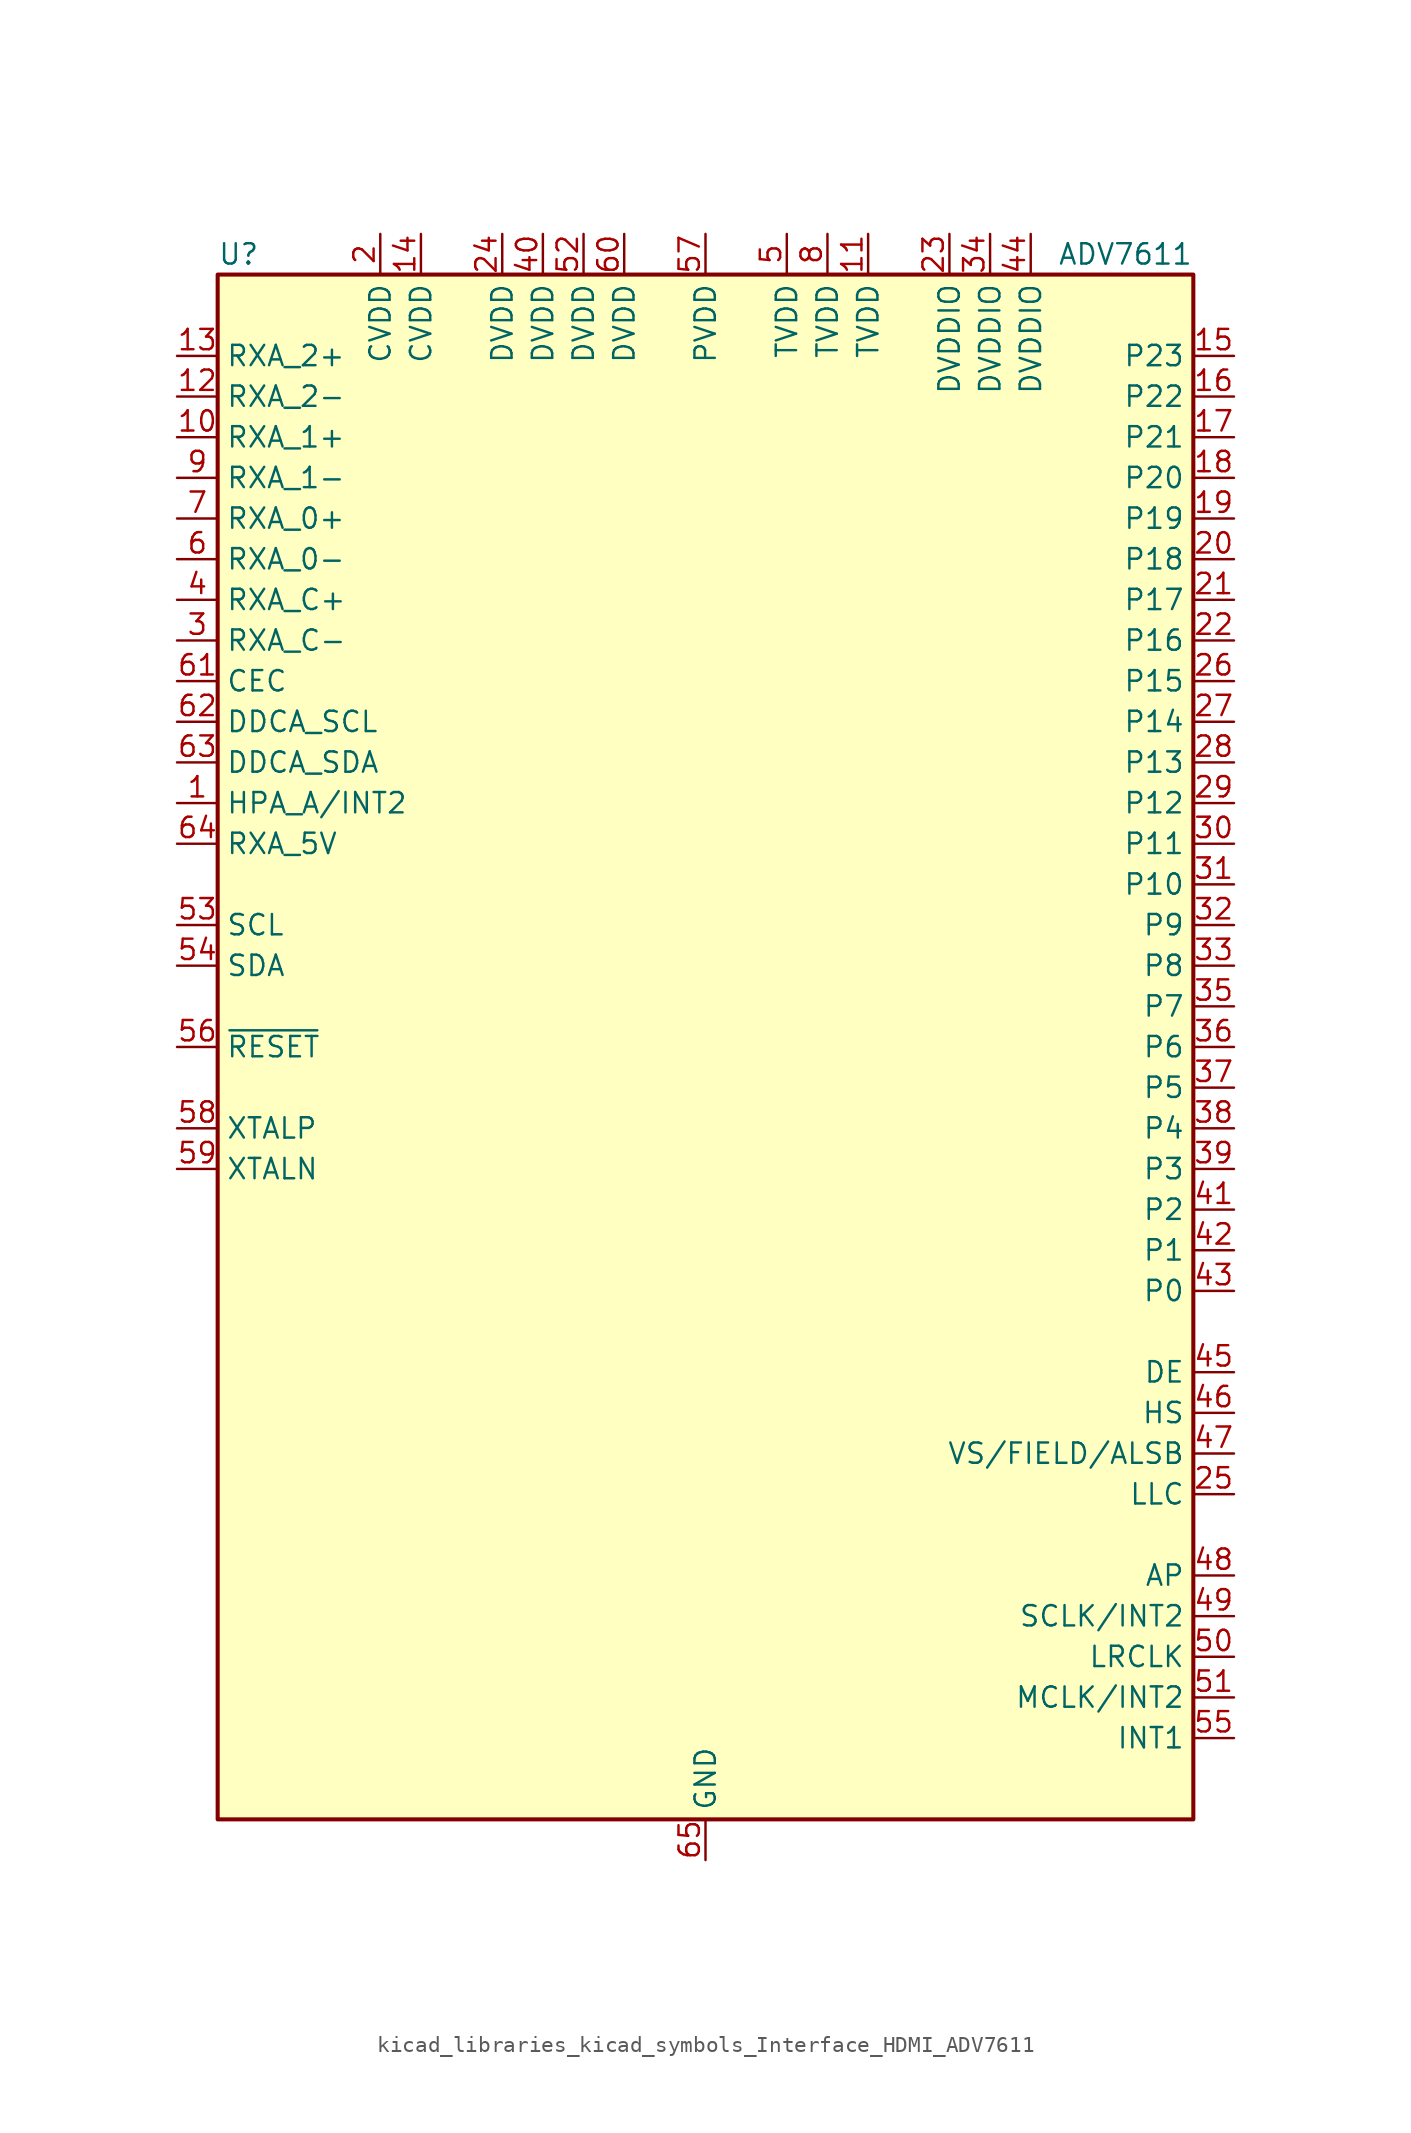
<source format=kicad_sym>
(kicad_symbol_lib
  (version 20220914)
  (generator kicad_symbol_editor)
  (symbol "kicad_libraries_kicad_symbols_Interface_HDMI_ADV7611"
    (property "Reference" "U"
      (at -30.48 49.53 0)
      (effects (font (size 1.27 1.27)) (justify left)))
    (property "Value" "ADV7611"
      (at 30.48 49.53 0)
      (effects (font (size 1.27 1.27)) (justify right)))
    (symbol "kicad_libraries_kicad_symbols_Interface_HDMI_ADV7611_0_1"
      (rectangle (start -30.48 48.26) (end 30.48 -48.26) (stroke (width 0.254) (type default)) (fill (type background))))
    (symbol "kicad_libraries_kicad_symbols_Interface_HDMI_ADV7611_1_1"
      (pin bidirectional line (at -33.02 15.24 0) (length 2.54) (name "HPA_A/INT2" (effects (font (size 1.27 1.27)))) (number "1" (effects (font (size 1.27 1.27)))))
      (pin input line (at -33.02 38.1 0) (length 2.54) (name "RXA_1+" (effects (font (size 1.27 1.27)))) (number "10" (effects (font (size 1.27 1.27)))))
      (pin power_in line (at 10.16 50.8 270) (length 2.54) (name "TVDD" (effects (font (size 1.27 1.27)))) (number "11" (effects (font (size 1.27 1.27)))))
      (pin input line (at -33.02 40.64 0) (length 2.54) (name "RXA_2-" (effects (font (size 1.27 1.27)))) (number "12" (effects (font (size 1.27 1.27)))))
      (pin input line (at -33.02 43.18 0) (length 2.54) (name "RXA_2+" (effects (font (size 1.27 1.27)))) (number "13" (effects (font (size 1.27 1.27)))))
      (pin power_in line (at -17.78 50.8 270) (length 2.54) (name "CVDD" (effects (font (size 1.27 1.27)))) (number "14" (effects (font (size 1.27 1.27)))))
      (pin output line (at 33.02 43.18 180) (length 2.54) (name "P23" (effects (font (size 1.27 1.27)))) (number "15" (effects (font (size 1.27 1.27)))))
      (pin output line (at 33.02 40.64 180) (length 2.54) (name "P22" (effects (font (size 1.27 1.27)))) (number "16" (effects (font (size 1.27 1.27)))))
      (pin output line (at 33.02 38.1 180) (length 2.54) (name "P21" (effects (font (size 1.27 1.27)))) (number "17" (effects (font (size 1.27 1.27)))))
      (pin output line (at 33.02 35.56 180) (length 2.54) (name "P20" (effects (font (size 1.27 1.27)))) (number "18" (effects (font (size 1.27 1.27)))))
      (pin output line (at 33.02 33.02 180) (length 2.54) (name "P19" (effects (font (size 1.27 1.27)))) (number "19" (effects (font (size 1.27 1.27)))))
      (pin power_in line (at -20.32 50.8 270) (length 2.54) (name "CVDD" (effects (font (size 1.27 1.27)))) (number "2" (effects (font (size 1.27 1.27)))))
      (pin output line (at 33.02 30.48 180) (length 2.54) (name "P18" (effects (font (size 1.27 1.27)))) (number "20" (effects (font (size 1.27 1.27)))))
      (pin output line (at 33.02 27.94 180) (length 2.54) (name "P17" (effects (font (size 1.27 1.27)))) (number "21" (effects (font (size 1.27 1.27)))))
      (pin output line (at 33.02 25.4 180) (length 2.54) (name "P16" (effects (font (size 1.27 1.27)))) (number "22" (effects (font (size 1.27 1.27)))))
      (pin power_in line (at 15.24 50.8 270) (length 2.54) (name "DVDDIO" (effects (font (size 1.27 1.27)))) (number "23" (effects (font (size 1.27 1.27)))))
      (pin power_in line (at -12.7 50.8 270) (length 2.54) (name "DVDD" (effects (font (size 1.27 1.27)))) (number "24" (effects (font (size 1.27 1.27)))))
      (pin output line (at 33.02 -27.94 180) (length 2.54) (name "LLC" (effects (font (size 1.27 1.27)))) (number "25" (effects (font (size 1.27 1.27)))))
      (pin output line (at 33.02 22.86 180) (length 2.54) (name "P15" (effects (font (size 1.27 1.27)))) (number "26" (effects (font (size 1.27 1.27)))))
      (pin output line (at 33.02 20.32 180) (length 2.54) (name "P14" (effects (font (size 1.27 1.27)))) (number "27" (effects (font (size 1.27 1.27)))))
      (pin output line (at 33.02 17.78 180) (length 2.54) (name "P13" (effects (font (size 1.27 1.27)))) (number "28" (effects (font (size 1.27 1.27)))))
      (pin output line (at 33.02 15.24 180) (length 2.54) (name "P12" (effects (font (size 1.27 1.27)))) (number "29" (effects (font (size 1.27 1.27)))))
      (pin input line (at -33.02 25.4 0) (length 2.54) (name "RXA_C-" (effects (font (size 1.27 1.27)))) (number "3" (effects (font (size 1.27 1.27)))))
      (pin output line (at 33.02 12.7 180) (length 2.54) (name "P11" (effects (font (size 1.27 1.27)))) (number "30" (effects (font (size 1.27 1.27)))))
      (pin output line (at 33.02 10.16 180) (length 2.54) (name "P10" (effects (font (size 1.27 1.27)))) (number "31" (effects (font (size 1.27 1.27)))))
      (pin output line (at 33.02 7.62 180) (length 2.54) (name "P9" (effects (font (size 1.27 1.27)))) (number "32" (effects (font (size 1.27 1.27)))))
      (pin output line (at 33.02 5.08 180) (length 2.54) (name "P8" (effects (font (size 1.27 1.27)))) (number "33" (effects (font (size 1.27 1.27)))))
      (pin power_in line (at 17.78 50.8 270) (length 2.54) (name "DVDDIO" (effects (font (size 1.27 1.27)))) (number "34" (effects (font (size 1.27 1.27)))))
      (pin output line (at 33.02 2.54 180) (length 2.54) (name "P7" (effects (font (size 1.27 1.27)))) (number "35" (effects (font (size 1.27 1.27)))))
      (pin output line (at 33.02 0 180) (length 2.54) (name "P6" (effects (font (size 1.27 1.27)))) (number "36" (effects (font (size 1.27 1.27)))))
      (pin output line (at 33.02 -2.54 180) (length 2.54) (name "P5" (effects (font (size 1.27 1.27)))) (number "37" (effects (font (size 1.27 1.27)))))
      (pin output line (at 33.02 -5.08 180) (length 2.54) (name "P4" (effects (font (size 1.27 1.27)))) (number "38" (effects (font (size 1.27 1.27)))))
      (pin output line (at 33.02 -7.62 180) (length 2.54) (name "P3" (effects (font (size 1.27 1.27)))) (number "39" (effects (font (size 1.27 1.27)))))
      (pin input line (at -33.02 27.94 0) (length 2.54) (name "RXA_C+" (effects (font (size 1.27 1.27)))) (number "4" (effects (font (size 1.27 1.27)))))
      (pin power_in line (at -10.16 50.8 270) (length 2.54) (name "DVDD" (effects (font (size 1.27 1.27)))) (number "40" (effects (font (size 1.27 1.27)))))
      (pin output line (at 33.02 -10.16 180) (length 2.54) (name "P2" (effects (font (size 1.27 1.27)))) (number "41" (effects (font (size 1.27 1.27)))))
      (pin output line (at 33.02 -12.7 180) (length 2.54) (name "P1" (effects (font (size 1.27 1.27)))) (number "42" (effects (font (size 1.27 1.27)))))
      (pin output line (at 33.02 -15.24 180) (length 2.54) (name "P0" (effects (font (size 1.27 1.27)))) (number "43" (effects (font (size 1.27 1.27)))))
      (pin power_in line (at 20.32 50.8 270) (length 2.54) (name "DVDDIO" (effects (font (size 1.27 1.27)))) (number "44" (effects (font (size 1.27 1.27)))))
      (pin output line (at 33.02 -20.32 180) (length 2.54) (name "DE" (effects (font (size 1.27 1.27)))) (number "45" (effects (font (size 1.27 1.27)))))
      (pin output line (at 33.02 -22.86 180) (length 2.54) (name "HS" (effects (font (size 1.27 1.27)))) (number "46" (effects (font (size 1.27 1.27)))))
      (pin bidirectional line (at 33.02 -25.4 180) (length 2.54) (name "VS/FIELD/ALSB" (effects (font (size 1.27 1.27)))) (number "47" (effects (font (size 1.27 1.27)))))
      (pin output line (at 33.02 -33.02 180) (length 2.54) (name "AP" (effects (font (size 1.27 1.27)))) (number "48" (effects (font (size 1.27 1.27)))))
      (pin output line (at 33.02 -35.56 180) (length 2.54) (name "SCLK/INT2" (effects (font (size 1.27 1.27)))) (number "49" (effects (font (size 1.27 1.27)))))
      (pin power_in line (at 5.08 50.8 270) (length 2.54) (name "TVDD" (effects (font (size 1.27 1.27)))) (number "5" (effects (font (size 1.27 1.27)))))
      (pin output line (at 33.02 -38.1 180) (length 2.54) (name "LRCLK" (effects (font (size 1.27 1.27)))) (number "50" (effects (font (size 1.27 1.27)))))
      (pin output line (at 33.02 -40.64 180) (length 2.54) (name "MCLK/INT2" (effects (font (size 1.27 1.27)))) (number "51" (effects (font (size 1.27 1.27)))))
      (pin power_in line (at -7.62 50.8 270) (length 2.54) (name "DVDD" (effects (font (size 1.27 1.27)))) (number "52" (effects (font (size 1.27 1.27)))))
      (pin input line (at -33.02 7.62 0) (length 2.54) (name "SCL" (effects (font (size 1.27 1.27)))) (number "53" (effects (font (size 1.27 1.27)))))
      (pin bidirectional line (at -33.02 5.08 0) (length 2.54) (name "SDA" (effects (font (size 1.27 1.27)))) (number "54" (effects (font (size 1.27 1.27)))))
      (pin output line (at 33.02 -43.18 180) (length 2.54) (name "INT1" (effects (font (size 1.27 1.27)))) (number "55" (effects (font (size 1.27 1.27)))))
      (pin input line (at -33.02 0 0) (length 2.54) (name "~{RESET}" (effects (font (size 1.27 1.27)))) (number "56" (effects (font (size 1.27 1.27)))))
      (pin power_in line (at 0 50.8 270) (length 2.54) (name "PVDD" (effects (font (size 1.27 1.27)))) (number "57" (effects (font (size 1.27 1.27)))))
      (pin input line (at -33.02 -5.08 0) (length 2.54) (name "XTALP" (effects (font (size 1.27 1.27)))) (number "58" (effects (font (size 1.27 1.27)))))
      (pin input line (at -33.02 -7.62 0) (length 2.54) (name "XTALN" (effects (font (size 1.27 1.27)))) (number "59" (effects (font (size 1.27 1.27)))))
      (pin input line (at -33.02 30.48 0) (length 2.54) (name "RXA_0-" (effects (font (size 1.27 1.27)))) (number "6" (effects (font (size 1.27 1.27)))))
      (pin power_in line (at -5.08 50.8 270) (length 2.54) (name "DVDD" (effects (font (size 1.27 1.27)))) (number "60" (effects (font (size 1.27 1.27)))))
      (pin bidirectional line (at -33.02 22.86 0) (length 2.54) (name "CEC" (effects (font (size 1.27 1.27)))) (number "61" (effects (font (size 1.27 1.27)))))
      (pin input line (at -33.02 20.32 0) (length 2.54) (name "DDCA_SCL" (effects (font (size 1.27 1.27)))) (number "62" (effects (font (size 1.27 1.27)))))
      (pin bidirectional line (at -33.02 17.78 0) (length 2.54) (name "DDCA_SDA" (effects (font (size 1.27 1.27)))) (number "63" (effects (font (size 1.27 1.27)))))
      (pin input line (at -33.02 12.7 0) (length 2.54) (name "RXA_5V" (effects (font (size 1.27 1.27)))) (number "64" (effects (font (size 1.27 1.27)))))
      (pin power_in line (at 0 -50.8 90) (length 2.54) (name "GND" (effects (font (size 1.27 1.27)))) (number "65" (effects (font (size 1.27 1.27)))))
      (pin input line (at -33.02 33.02 0) (length 2.54) (name "RXA_0+" (effects (font (size 1.27 1.27)))) (number "7" (effects (font (size 1.27 1.27)))))
      (pin power_in line (at 7.62 50.8 270) (length 2.54) (name "TVDD" (effects (font (size 1.27 1.27)))) (number "8" (effects (font (size 1.27 1.27)))))
      (pin input line (at -33.02 35.56 0) (length 2.54) (name "RXA_1-" (effects (font (size 1.27 1.27)))) (number "9" (effects (font (size 1.27 1.27))))))))
</source>
